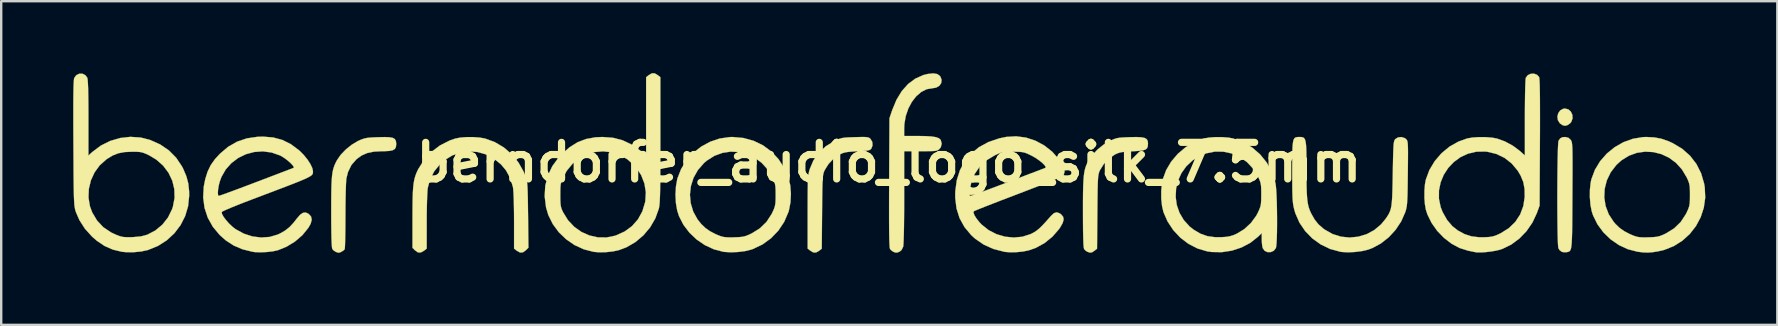
<source format=kicad_pcb>
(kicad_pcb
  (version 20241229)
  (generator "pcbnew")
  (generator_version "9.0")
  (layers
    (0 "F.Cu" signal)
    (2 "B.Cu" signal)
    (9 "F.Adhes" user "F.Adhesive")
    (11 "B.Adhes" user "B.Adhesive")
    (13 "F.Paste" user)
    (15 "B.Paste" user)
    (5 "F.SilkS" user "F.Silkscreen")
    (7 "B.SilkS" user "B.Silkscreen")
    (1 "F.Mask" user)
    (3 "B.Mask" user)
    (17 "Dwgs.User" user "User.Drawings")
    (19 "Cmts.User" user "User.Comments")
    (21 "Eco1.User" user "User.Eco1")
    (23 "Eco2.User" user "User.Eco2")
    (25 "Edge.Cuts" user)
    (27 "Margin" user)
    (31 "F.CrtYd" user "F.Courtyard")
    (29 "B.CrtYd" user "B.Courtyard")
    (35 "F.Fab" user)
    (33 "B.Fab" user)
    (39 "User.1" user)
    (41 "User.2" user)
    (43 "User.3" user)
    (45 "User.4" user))
  (footprint "berndorfer_audio_logo_silk_7.5mm"
    (layer "F.Cu")
    (at 33.993 3.717)
    (property "Reference" "berndorfer_audio_logo_silk_7.5mm" (at 0 0 0) (layer "F.SilkS") (effects (font (size 1.524 1.524) (thickness 0.3))))
    (attr through_hole)
    (fp_poly (pts (xy 28.314 -2.208) (xy 28.418 -2.113) (xy 28.479 -1.982) (xy 28.487 -1.834) (xy 28.437 -1.692) (xy 28.386 -1.628) (xy 28.283 -1.556) (xy 28.177 -1.524) (xy 28.173 -1.524) (xy 28.067 -1.553) (xy 27.963 -1.624) (xy 27.959 -1.628) (xy 27.876 -1.76) (xy 27.856 -1.907) (xy 27.891 -2.049) (xy 27.973 -2.165) (xy 28.097 -2.234) (xy 28.173 -2.244) (xy 28.314 -2.208)) (stroke (width 0.01) (type solid)) (fill yes) (layer "F.SilkS"))
    (fp_poly (pts (xy 28.313 -1.027) (xy 28.404 -0.945) (xy 28.423 -0.919) (xy 28.44 -0.889) (xy 28.453 -0.848) (xy 28.464 -0.789) (xy 28.472 -0.706) (xy 28.479 -0.59) (xy 28.483 -0.436) (xy 28.485 -0.235) (xy 28.486 0.02) (xy 28.486 0.334) (xy 28.484 0.717) (xy 28.482 1.174) (xy 28.481 1.381) (xy 28.478 1.882) (xy 28.476 2.305) (xy 28.473 2.657) (xy 28.468 2.944) (xy 28.461 3.173) (xy 28.452 3.352) (xy 28.439 3.486) (xy 28.423 3.583) (xy 28.401 3.649) (xy 28.374 3.69) (xy 28.34 3.715) (xy 28.3 3.729) (xy 28.252 3.739) (xy 28.236 3.742) (xy 28.114 3.744) (xy 28.035 3.725) (xy 27.947 3.656) (xy 27.897 3.576) (xy 27.887 3.506) (xy 27.878 3.363) (xy 27.87 3.157) (xy 27.864 2.896) (xy 27.86 2.591) (xy 27.856 2.251) (xy 27.854 1.888) (xy 27.853 1.51) (xy 27.854 1.128) (xy 27.856 0.751) (xy 27.859 0.389) (xy 27.864 0.053) (xy 27.869 -0.248) (xy 27.876 -0.504) (xy 27.884 -0.705) (xy 27.894 -0.841) (xy 27.904 -0.902) (xy 27.975 -1.003) (xy 28.069 -1.049) (xy 28.18 -1.058) (xy 28.313 -1.027)) (stroke (width 0.01) (type solid)) (fill yes) (layer "F.SilkS"))
    (fp_poly (pts (xy -0.92 -1.051) (xy -0.851 -1.036) (xy -0.803 -1.011) (xy -0.767 -0.978) (xy -0.693 -0.851) (xy -0.684 -0.7) (xy -0.737 -0.569) (xy -0.773 -0.534) (xy -0.83 -0.508) (xy -0.924 -0.49) (xy -1.07 -0.476) (xy -1.283 -0.465) (xy -1.319 -0.463) (xy -1.552 -0.45) (xy -1.72 -0.434) (xy -1.847 -0.411) (xy -1.951 -0.377) (xy -2.056 -0.329) (xy -2.056 -0.329) (xy -2.301 -0.161) (xy -2.517 0.066) (xy -2.678 0.325) (xy -2.682 0.333) (xy -2.706 0.388) (xy -2.725 0.446) (xy -2.741 0.515) (xy -2.753 0.606) (xy -2.762 0.727) (xy -2.769 0.887) (xy -2.775 1.096) (xy -2.779 1.364) (xy -2.783 1.698) (xy -2.786 2.063) (xy -2.799 3.596) (xy -2.908 3.682) (xy -3.036 3.755) (xy -3.154 3.752) (xy -3.275 3.68) (xy -3.387 3.592) (xy -3.387 2.076) (xy -3.386 1.672) (xy -3.385 1.342) (xy -3.382 1.078) (xy -3.378 0.87) (xy -3.371 0.707) (xy -3.362 0.58) (xy -3.349 0.48) (xy -3.332 0.396) (xy -3.312 0.318) (xy -3.304 0.29) (xy -3.147 -0.081) (xy -2.922 -0.402) (xy -2.63 -0.672) (xy -2.29 -0.88) (xy -2.159 -0.943) (xy -2.052 -0.987) (xy -1.948 -1.015) (xy -1.825 -1.033) (xy -1.662 -1.043) (xy -1.437 -1.051) (xy -1.417 -1.051) (xy -1.188 -1.057) (xy -1.027 -1.058) (xy -0.92 -1.051)) (stroke (width 0.01) (type solid)) (fill yes) (layer "F.SilkS"))
    (fp_poly (pts (xy 10.516 -1.046) (xy 10.653 -1.019) (xy 10.738 -0.971) (xy 10.782 -0.898) (xy 10.795 -0.797) (xy 10.795 -0.79) (xy 10.788 -0.675) (xy 10.759 -0.593) (xy 10.696 -0.537) (xy 10.585 -0.501) (xy 10.416 -0.479) (xy 10.176 -0.464) (xy 10.153 -0.463) (xy 9.921 -0.45) (xy 9.752 -0.434) (xy 9.626 -0.411) (xy 9.521 -0.377) (xy 9.417 -0.329) (xy 9.416 -0.329) (xy 9.171 -0.161) (xy 8.955 0.066) (xy 8.794 0.325) (xy 8.79 0.333) (xy 8.766 0.388) (xy 8.747 0.446) (xy 8.731 0.516) (xy 8.719 0.606) (xy 8.71 0.728) (xy 8.703 0.888) (xy 8.697 1.098) (xy 8.693 1.366) (xy 8.689 1.7) (xy 8.686 2.063) (xy 8.672 3.597) (xy 8.564 3.682) (xy 8.462 3.749) (xy 8.374 3.759) (xy 8.268 3.725) (xy 8.174 3.659) (xy 8.131 3.604) (xy 8.117 3.533) (xy 8.105 3.381) (xy 8.097 3.147) (xy 8.09 2.835) (xy 8.087 2.447) (xy 8.086 2.065) (xy 8.086 1.632) (xy 8.089 1.273) (xy 8.096 0.979) (xy 8.107 0.74) (xy 8.123 0.547) (xy 8.146 0.388) (xy 8.177 0.255) (xy 8.216 0.137) (xy 8.266 0.025) (xy 8.327 -0.092) (xy 8.48 -0.313) (xy 8.691 -0.534) (xy 8.934 -0.732) (xy 9.187 -0.885) (xy 9.216 -0.9) (xy 9.344 -0.956) (xy 9.454 -0.996) (xy 9.568 -1.021) (xy 9.711 -1.036) (xy 9.902 -1.046) (xy 10.043 -1.051) (xy 10.317 -1.056) (xy 10.516 -1.046)) (stroke (width 0.01) (type solid)) (fill yes) (layer "F.SilkS"))
    (fp_poly (pts (xy 2.016 -3.681) (xy 2.128 -3.599) (xy 2.138 -3.586) (xy 2.195 -3.443) (xy 2.179 -3.307) (xy 2.1 -3.192) (xy 1.967 -3.115) (xy 1.814 -3.09) (xy 1.574 -3.05) (xy 1.346 -2.935) (xy 1.138 -2.756) (xy 0.957 -2.523) (xy 0.809 -2.246) (xy 0.702 -1.936) (xy 0.644 -1.603) (xy 0.635 -1.41) (xy 0.635 -1.101) (xy 1.217 -1.1) (xy 1.537 -1.095) (xy 1.781 -1.079) (xy 1.958 -1.051) (xy 2.077 -1.008) (xy 2.147 -0.95) (xy 2.159 -0.932) (xy 2.199 -0.778) (xy 2.162 -0.632) (xy 2.103 -0.558) (xy 2.062 -0.523) (xy 2.013 -0.499) (xy 1.943 -0.482) (xy 1.837 -0.472) (xy 1.682 -0.468) (xy 1.463 -0.466) (xy 1.32 -0.466) (xy 0.635 -0.466) (xy 0.635 1.45) (xy 0.634 1.904) (xy 0.631 2.316) (xy 0.627 2.679) (xy 0.621 2.986) (xy 0.613 3.23) (xy 0.605 3.406) (xy 0.595 3.505) (xy 0.592 3.518) (xy 0.522 3.657) (xy 0.442 3.719) (xy 0.347 3.757) (xy 0.277 3.758) (xy 0.183 3.725) (xy 0.087 3.657) (xy 0.043 3.6) (xy 0.033 3.55) (xy 0.024 3.442) (xy 0.017 3.272) (xy 0.012 3.036) (xy 0.008 2.732) (xy 0.006 2.356) (xy 0.006 1.905) (xy 0.007 1.376) (xy 0.009 0.835) (xy 0.022 -1.841) (xy 0.137 -2.18) (xy 0.315 -2.609) (xy 0.537 -2.973) (xy 0.799 -3.267) (xy 1.099 -3.49) (xy 1.434 -3.639) (xy 1.619 -3.685) (xy 1.848 -3.709) (xy 2.016 -3.681)) (stroke (width 0.01) (type solid)) (fill yes) (layer "F.SilkS"))
    (fp_poly (pts (xy -20.814 -1.047) (xy -20.677 -1.022) (xy -20.592 -0.974) (xy -20.548 -0.901) (xy -20.532 -0.797) (xy -20.532 -0.763) (xy -20.544 -0.644) (xy -20.588 -0.561) (xy -20.675 -0.507) (xy -20.819 -0.478) (xy -21.03 -0.466) (xy -21.132 -0.466) (xy -21.465 -0.448) (xy -21.739 -0.391) (xy -21.973 -0.288) (xy -22.185 -0.135) (xy -22.189 -0.131) (xy -22.398 0.108) (xy -22.541 0.401) (xy -22.608 0.665) (xy -22.618 0.768) (xy -22.627 0.944) (xy -22.635 1.179) (xy -22.641 1.46) (xy -22.646 1.775) (xy -22.648 2.111) (xy -22.649 2.244) (xy -22.65 2.573) (xy -22.653 2.875) (xy -22.657 3.14) (xy -22.663 3.358) (xy -22.669 3.517) (xy -22.677 3.608) (xy -22.681 3.624) (xy -22.743 3.68) (xy -22.837 3.735) (xy -22.919 3.764) (xy -22.931 3.765) (xy -22.995 3.748) (xy -23.058 3.725) (xy -23.153 3.659) (xy -23.196 3.604) (xy -23.21 3.533) (xy -23.221 3.381) (xy -23.23 3.147) (xy -23.236 2.835) (xy -23.24 2.447) (xy -23.241 2.065) (xy -23.24 1.632) (xy -23.237 1.273) (xy -23.231 0.979) (xy -23.22 0.74) (xy -23.204 0.547) (xy -23.181 0.388) (xy -23.15 0.255) (xy -23.11 0.137) (xy -23.061 0.025) (xy -23 -0.092) (xy -22.846 -0.315) (xy -22.634 -0.536) (xy -22.389 -0.734) (xy -22.136 -0.886) (xy -22.109 -0.899) (xy -21.981 -0.955) (xy -21.869 -0.993) (xy -21.75 -1.019) (xy -21.603 -1.035) (xy -21.404 -1.045) (xy -21.283 -1.05) (xy -21.012 -1.055) (xy -20.814 -1.047)) (stroke (width 0.01) (type solid)) (fill yes) (layer "F.SilkS"))
    (fp_poly (pts (xy -17.045 -1.033) (xy -16.83 -0.994) (xy -16.423 -0.845) (xy -16.049 -0.624) (xy -15.718 -0.338) (xy -15.439 0.003) (xy -15.22 0.391) (xy -15.15 0.562) (xy -15.123 0.639) (xy -15.102 0.714) (xy -15.085 0.799) (xy -15.072 0.903) (xy -15.062 1.037) (xy -15.055 1.211) (xy -15.049 1.435) (xy -15.044 1.721) (xy -15.04 2.078) (xy -15.038 2.19) (xy -15.023 3.555) (xy -15.13 3.661) (xy -15.252 3.749) (xy -15.373 3.756) (xy -15.506 3.682) (xy -15.509 3.68) (xy -15.621 3.592) (xy -15.621 2.439) (xy -15.623 2.104) (xy -15.628 1.791) (xy -15.635 1.513) (xy -15.645 1.282) (xy -15.657 1.113) (xy -15.667 1.034) (xy -15.777 0.66) (xy -15.962 0.326) (xy -16.168 0.082) (xy -16.469 -0.163) (xy -16.8 -0.335) (xy -17.149 -0.434) (xy -17.506 -0.458) (xy -17.861 -0.409) (xy -18.203 -0.286) (xy -18.521 -0.09) (xy -18.704 0.073) (xy -18.954 0.38) (xy -19.127 0.722) (xy -19.218 1.068) (xy -19.23 1.183) (xy -19.24 1.368) (xy -19.249 1.608) (xy -19.256 1.889) (xy -19.26 2.195) (xy -19.261 2.463) (xy -19.262 3.592) (xy -19.373 3.68) (xy -19.508 3.755) (xy -19.629 3.75) (xy -19.75 3.664) (xy -19.75 3.664) (xy -19.854 3.56) (xy -19.854 2.299) (xy -19.852 1.882) (xy -19.848 1.54) (xy -19.839 1.26) (xy -19.824 1.033) (xy -19.802 0.846) (xy -19.771 0.688) (xy -19.731 0.55) (xy -19.68 0.42) (xy -19.617 0.286) (xy -19.616 0.285) (xy -19.376 -0.1) (xy -19.073 -0.431) (xy -18.714 -0.704) (xy -18.309 -0.91) (xy -18.079 -0.99) (xy -17.865 -1.033) (xy -17.6 -1.054) (xy -17.317 -1.054) (xy -17.045 -1.033)) (stroke (width 0.01) (type solid)) (fill yes) (layer "F.SilkS"))
    (fp_poly (pts (xy -6.064 -1.017) (xy -5.637 -0.899) (xy -5.246 -0.71) (xy -4.898 -0.453) (xy -4.599 -0.133) (xy -4.356 0.246) (xy -4.188 0.635) (xy -4.113 0.95) (xy -4.085 1.305) (xy -4.103 1.666) (xy -4.168 2.003) (xy -4.188 2.067) (xy -4.364 2.477) (xy -4.609 2.845) (xy -4.915 3.163) (xy -5.272 3.421) (xy -5.673 3.611) (xy -5.736 3.633) (xy -5.989 3.696) (xy -6.286 3.734) (xy -6.59 3.747) (xy -6.863 3.73) (xy -6.9 3.725) (xy -7.295 3.622) (xy -7.67 3.448) (xy -8.014 3.213) (xy -8.316 2.926) (xy -8.564 2.599) (xy -8.747 2.241) (xy -8.824 2.002) (xy -8.877 1.691) (xy -8.894 1.346) (xy -8.293 1.346) (xy -8.26 1.704) (xy -8.155 2.05) (xy -7.977 2.374) (xy -7.824 2.565) (xy -7.652 2.73) (xy -7.465 2.863) (xy -7.234 2.984) (xy -7.117 3.035) (xy -6.991 3.082) (xy -6.873 3.111) (xy -6.737 3.124) (xy -6.555 3.125) (xy -6.453 3.123) (xy -6.25 3.115) (xy -6.101 3.1) (xy -5.979 3.071) (xy -5.852 3.022) (xy -5.709 2.954) (xy -5.376 2.746) (xy -5.104 2.482) (xy -4.891 2.156) (xy -4.855 2.084) (xy -4.793 1.947) (xy -4.754 1.834) (xy -4.732 1.716) (xy -4.722 1.569) (xy -4.72 1.364) (xy -4.72 1.355) (xy -4.722 1.147) (xy -4.731 0.998) (xy -4.753 0.88) (xy -4.791 0.767) (xy -4.852 0.631) (xy -4.856 0.624) (xy -5.055 0.291) (xy -5.305 0.017) (xy -5.593 -0.196) (xy -5.911 -0.346) (xy -6.249 -0.431) (xy -6.595 -0.449) (xy -6.941 -0.396) (xy -7.275 -0.273) (xy -7.587 -0.075) (xy -7.707 0.027) (xy -7.96 0.317) (xy -8.142 0.641) (xy -8.253 0.988) (xy -8.293 1.346) (xy -8.894 1.346) (xy -8.894 1.346) (xy -8.875 1.002) (xy -8.82 0.696) (xy -8.813 0.668) (xy -8.659 0.274) (xy -8.436 -0.084) (xy -8.154 -0.397) (xy -7.822 -0.658) (xy -7.451 -0.86) (xy -7.05 -0.995) (xy -6.63 -1.055) (xy -6.521 -1.058) (xy -6.064 -1.017)) (stroke (width 0.01) (type solid)) (fill yes) (layer "F.SilkS"))
    (fp_poly (pts (xy 31.895 -1.041) (xy 32.191 -0.985) (xy 32.488 -0.881) (xy 32.66 -0.803) (xy 33.05 -0.571) (xy 33.38 -0.281) (xy 33.646 0.062) (xy 33.844 0.453) (xy 33.971 0.886) (xy 33.996 1.037) (xy 34.016 1.469) (xy 33.957 1.888) (xy 33.826 2.286) (xy 33.63 2.653) (xy 33.374 2.981) (xy 33.065 3.262) (xy 32.71 3.486) (xy 32.314 3.645) (xy 32.056 3.706) (xy 31.816 3.744) (xy 31.617 3.758) (xy 31.422 3.75) (xy 31.2 3.723) (xy 30.8 3.621) (xy 30.421 3.446) (xy 30.074 3.207) (xy 29.771 2.914) (xy 29.523 2.577) (xy 29.341 2.205) (xy 29.287 2.041) (xy 29.234 1.771) (xy 29.209 1.462) (xy 29.809 1.462) (xy 29.865 1.819) (xy 29.995 2.161) (xy 30.199 2.475) (xy 30.276 2.565) (xy 30.448 2.73) (xy 30.635 2.863) (xy 30.866 2.984) (xy 30.983 3.035) (xy 31.109 3.082) (xy 31.227 3.111) (xy 31.363 3.124) (xy 31.545 3.125) (xy 31.647 3.123) (xy 31.85 3.115) (xy 31.999 3.1) (xy 32.121 3.071) (xy 32.248 3.022) (xy 32.391 2.954) (xy 32.724 2.746) (xy 32.996 2.482) (xy 33.209 2.156) (xy 33.245 2.084) (xy 33.307 1.947) (xy 33.346 1.834) (xy 33.368 1.716) (xy 33.378 1.569) (xy 33.38 1.364) (xy 33.38 1.355) (xy 33.378 1.147) (xy 33.369 0.998) (xy 33.347 0.88) (xy 33.309 0.767) (xy 33.248 0.631) (xy 33.244 0.624) (xy 33.045 0.292) (xy 32.797 0.018) (xy 32.509 -0.194) (xy 32.192 -0.344) (xy 31.857 -0.429) (xy 31.513 -0.448) (xy 31.17 -0.399) (xy 30.839 -0.28) (xy 30.529 -0.089) (xy 30.315 0.105) (xy 30.079 0.411) (xy 29.916 0.747) (xy 29.826 1.101) (xy 29.809 1.462) (xy 29.209 1.462) (xy 29.208 1.458) (xy 29.211 1.136) (xy 29.243 0.84) (xy 29.273 0.699) (xy 29.421 0.307) (xy 29.638 -0.051) (xy 29.916 -0.367) (xy 30.243 -0.634) (xy 30.609 -0.842) (xy 31.004 -0.984) (xy 31.418 -1.053) (xy 31.566 -1.058) (xy 31.895 -1.041)) (stroke (width 0.01) (type solid)) (fill yes) (layer "F.SilkS"))
    (fp_poly (pts (xy -9.759 -3.71) (xy -9.637 -3.638) (xy -9.525 -3.55) (xy -9.525 -0.937) (xy -9.525 -0.385) (xy -9.526 0.089) (xy -9.528 0.491) (xy -9.531 0.829) (xy -9.534 1.108) (xy -9.539 1.335) (xy -9.546 1.517) (xy -9.553 1.66) (xy -9.563 1.77) (xy -9.574 1.856) (xy -9.588 1.922) (xy -9.589 1.928) (xy -9.735 2.334) (xy -9.952 2.708) (xy -10.231 3.039) (xy -10.562 3.319) (xy -10.935 3.536) (xy -11.253 3.656) (xy -11.502 3.71) (xy -11.789 3.741) (xy -12.075 3.747) (xy -12.303 3.728) (xy -12.714 3.622) (xy -13.101 3.445) (xy -13.451 3.204) (xy -13.757 2.91) (xy -14.007 2.571) (xy -14.193 2.197) (xy -14.289 1.874) (xy -14.346 1.415) (xy -14.343 1.355) (xy -13.695 1.355) (xy -13.693 1.572) (xy -13.686 1.727) (xy -13.669 1.844) (xy -13.638 1.945) (xy -13.591 2.052) (xy -13.576 2.082) (xy -13.372 2.411) (xy -13.115 2.684) (xy -12.815 2.897) (xy -12.484 3.045) (xy -12.131 3.124) (xy -11.768 3.128) (xy -11.405 3.054) (xy -11.383 3.046) (xy -11.017 2.882) (xy -10.707 2.656) (xy -10.458 2.373) (xy -10.275 2.04) (xy -10.16 1.659) (xy -10.152 1.613) (xy -10.13 1.244) (xy -10.189 0.879) (xy -10.324 0.532) (xy -10.531 0.216) (xy -10.611 0.125) (xy -10.902 -0.131) (xy -11.223 -0.312) (xy -11.562 -0.422) (xy -11.909 -0.461) (xy -12.255 -0.432) (xy -12.589 -0.335) (xy -12.902 -0.172) (xy -13.182 0.054) (xy -13.421 0.344) (xy -13.563 0.593) (xy -13.621 0.718) (xy -13.658 0.824) (xy -13.681 0.934) (xy -13.691 1.071) (xy -13.695 1.259) (xy -13.695 1.355) (xy -14.343 1.355) (xy -14.321 0.974) (xy -14.215 0.554) (xy -14.029 0.16) (xy -13.763 -0.206) (xy -13.635 -0.343) (xy -13.308 -0.631) (xy -12.974 -0.84) (xy -12.617 -0.976) (xy -12.224 -1.046) (xy -11.938 -1.058) (xy -11.503 -1.026) (xy -11.106 -0.924) (xy -10.732 -0.749) (xy -10.367 -0.495) (xy -10.359 -0.488) (xy -10.118 -0.292) (xy -10.118 -3.55) (xy -10.006 -3.638) (xy -9.877 -3.712) (xy -9.759 -3.71)) (stroke (width 0.01) (type solid)) (fill yes) (layer "F.SilkS"))
    (fp_poly (pts (xy 13.888 -1.052) (xy 14.151 -1.032) (xy 14.349 -0.996) (xy 14.762 -0.844) (xy 15.136 -0.621) (xy 15.465 -0.336) (xy 15.739 0.002) (xy 15.952 0.385) (xy 16.093 0.804) (xy 16.108 0.868) (xy 16.126 0.998) (xy 16.142 1.19) (xy 16.154 1.431) (xy 16.164 1.707) (xy 16.17 2.006) (xy 16.173 2.312) (xy 16.173 2.614) (xy 16.17 2.897) (xy 16.163 3.148) (xy 16.153 3.354) (xy 16.139 3.501) (xy 16.124 3.572) (xy 16.035 3.683) (xy 15.911 3.738) (xy 15.777 3.739) (xy 15.658 3.685) (xy 15.578 3.575) (xy 15.578 3.575) (xy 15.555 3.473) (xy 15.54 3.325) (xy 15.536 3.206) (xy 15.536 2.946) (xy 15.378 3.1) (xy 15.06 3.352) (xy 14.693 3.545) (xy 14.291 3.677) (xy 13.871 3.741) (xy 13.449 3.734) (xy 13.265 3.708) (xy 12.862 3.589) (xy 12.485 3.396) (xy 12.144 3.138) (xy 11.849 2.822) (xy 11.609 2.458) (xy 11.442 2.077) (xy 11.381 1.821) (xy 11.349 1.517) (xy 11.349 1.437) (xy 11.949 1.437) (xy 11.995 1.775) (xy 12.108 2.101) (xy 12.286 2.403) (xy 12.531 2.672) (xy 12.7 2.805) (xy 12.985 2.973) (xy 13.276 3.075) (xy 13.598 3.118) (xy 13.828 3.118) (xy 14.039 3.105) (xy 14.2 3.08) (xy 14.345 3.036) (xy 14.496 2.971) (xy 14.807 2.782) (xy 15.082 2.528) (xy 15.304 2.227) (xy 15.379 2.086) (xy 15.44 1.952) (xy 15.479 1.841) (xy 15.502 1.728) (xy 15.512 1.587) (xy 15.515 1.393) (xy 15.515 1.333) (xy 15.514 1.123) (xy 15.506 0.973) (xy 15.487 0.857) (xy 15.453 0.751) (xy 15.399 0.631) (xy 15.378 0.587) (xy 15.173 0.256) (xy 14.916 -0.016) (xy 14.618 -0.226) (xy 14.289 -0.371) (xy 13.938 -0.447) (xy 13.577 -0.45) (xy 13.215 -0.376) (xy 12.98 -0.283) (xy 12.656 -0.085) (xy 12.392 0.162) (xy 12.188 0.448) (xy 12.046 0.763) (xy 11.966 1.096) (xy 11.949 1.437) (xy 11.349 1.437) (xy 11.347 1.195) (xy 11.376 0.888) (xy 11.412 0.705) (xy 11.552 0.322) (xy 11.765 -0.036) (xy 12.039 -0.358) (xy 12.363 -0.632) (xy 12.727 -0.848) (xy 13.118 -0.994) (xy 13.124 -0.995) (xy 13.341 -1.034) (xy 13.606 -1.053) (xy 13.888 -1.052)) (stroke (width 0.01) (type solid)) (fill yes) (layer "F.SilkS"))
    (fp_poly (pts (xy 27.009 -3.649) (xy 27.093 -3.557) (xy 27.103 -3.506) (xy 27.112 -3.394) (xy 27.119 -3.216) (xy 27.124 -2.971) (xy 27.128 -2.656) (xy 27.129 -2.266) (xy 27.13 -1.801) (xy 27.129 -1.255) (xy 27.127 -0.836) (xy 27.114 1.799) (xy 27 2.112) (xy 26.817 2.506) (xy 26.571 2.862) (xy 26.275 3.17) (xy 25.939 3.42) (xy 25.573 3.6) (xy 25.463 3.638) (xy 25.297 3.678) (xy 25.092 3.713) (xy 24.877 3.738) (xy 24.675 3.752) (xy 24.514 3.752) (xy 24.448 3.743) (xy 24.359 3.725) (xy 24.224 3.697) (xy 24.13 3.678) (xy 23.781 3.568) (xy 23.442 3.386) (xy 23.127 3.143) (xy 22.846 2.852) (xy 22.614 2.524) (xy 22.441 2.173) (xy 22.374 1.967) (xy 22.334 1.739) (xy 22.318 1.515) (xy 22.919 1.515) (xy 22.992 1.864) (xy 23.072 2.068) (xy 23.257 2.396) (xy 23.475 2.654) (xy 23.706 2.836) (xy 23.99 2.99) (xy 24.277 3.082) (xy 24.593 3.12) (xy 24.792 3.12) (xy 24.991 3.111) (xy 25.139 3.091) (xy 25.271 3.053) (xy 25.419 2.988) (xy 25.494 2.952) (xy 25.83 2.742) (xy 26.101 2.48) (xy 26.305 2.17) (xy 26.437 1.817) (xy 26.493 1.436) (xy 26.488 1.105) (xy 26.435 0.819) (xy 26.324 0.55) (xy 26.2 0.342) (xy 25.952 0.045) (xy 25.652 -0.189) (xy 25.31 -0.353) (xy 24.934 -0.444) (xy 24.846 -0.453) (xy 24.477 -0.446) (xy 24.132 -0.364) (xy 23.818 -0.219) (xy 23.541 -0.017) (xy 23.306 0.231) (xy 23.12 0.517) (xy 22.99 0.832) (xy 22.921 1.168) (xy 22.919 1.515) (xy 22.318 1.515) (xy 22.315 1.465) (xy 22.316 1.178) (xy 22.337 0.911) (xy 22.373 0.72) (xy 22.522 0.317) (xy 22.744 -0.053) (xy 23.026 -0.381) (xy 23.36 -0.657) (xy 23.736 -0.869) (xy 24.088 -0.995) (xy 24.31 -1.035) (xy 24.582 -1.054) (xy 24.869 -1.052) (xy 25.139 -1.03) (xy 25.335 -0.994) (xy 25.67 -0.873) (xy 26.001 -0.694) (xy 26.291 -0.477) (xy 26.294 -0.474) (xy 26.501 -0.288) (xy 26.501 -1.856) (xy 26.502 -2.216) (xy 26.505 -2.552) (xy 26.509 -2.855) (xy 26.515 -3.114) (xy 26.522 -3.318) (xy 26.53 -3.459) (xy 26.539 -3.525) (xy 26.539 -3.525) (xy 26.62 -3.634) (xy 26.743 -3.691) (xy 26.882 -3.697) (xy 27.009 -3.649)) (stroke (width 0.01) (type solid)) (fill yes) (layer "F.SilkS"))
    (fp_poly (pts (xy 17.184 -1.056) (xy 17.249 -1.044) (xy 17.3 -1.013) (xy 17.337 -0.955) (xy 17.364 -0.861) (xy 17.382 -0.722) (xy 17.392 -0.53) (xy 17.397 -0.276) (xy 17.399 0.048) (xy 17.399 0.304) (xy 17.4 0.705) (xy 17.405 1.033) (xy 17.414 1.298) (xy 17.429 1.512) (xy 17.451 1.685) (xy 17.481 1.83) (xy 17.521 1.957) (xy 17.571 2.076) (xy 17.601 2.138) (xy 17.743 2.386) (xy 17.899 2.581) (xy 18.095 2.753) (xy 18.156 2.798) (xy 18.485 2.985) (xy 18.835 3.095) (xy 19.196 3.132) (xy 19.555 3.097) (xy 19.901 2.993) (xy 20.223 2.821) (xy 20.508 2.583) (xy 20.706 2.342) (xy 20.776 2.237) (xy 20.833 2.142) (xy 20.878 2.046) (xy 20.913 1.938) (xy 20.939 1.808) (xy 20.958 1.645) (xy 20.972 1.44) (xy 20.981 1.181) (xy 20.989 0.859) (xy 20.996 0.462) (xy 20.996 0.459) (xy 21.003 0.085) (xy 21.009 -0.214) (xy 21.016 -0.446) (xy 21.023 -0.622) (xy 21.032 -0.75) (xy 21.044 -0.84) (xy 21.059 -0.9) (xy 21.077 -0.94) (xy 21.099 -0.969) (xy 21.216 -1.042) (xy 21.361 -1.056) (xy 21.499 -1.011) (xy 21.55 -0.971) (xy 21.575 -0.944) (xy 21.594 -0.912) (xy 21.608 -0.864) (xy 21.619 -0.791) (xy 21.625 -0.685) (xy 21.629 -0.536) (xy 21.63 -0.335) (xy 21.628 -0.073) (xy 21.625 0.261) (xy 21.623 0.458) (xy 21.618 0.835) (xy 21.614 1.138) (xy 21.608 1.377) (xy 21.6 1.564) (xy 21.591 1.709) (xy 21.578 1.823) (xy 21.561 1.915) (xy 21.54 1.998) (xy 21.515 2.077) (xy 21.348 2.457) (xy 21.114 2.809) (xy 20.828 3.12) (xy 20.5 3.378) (xy 20.144 3.57) (xy 19.96 3.638) (xy 19.707 3.697) (xy 19.418 3.734) (xy 19.128 3.747) (xy 18.871 3.733) (xy 18.811 3.724) (xy 18.386 3.608) (xy 17.995 3.42) (xy 17.646 3.17) (xy 17.347 2.864) (xy 17.107 2.511) (xy 16.935 2.118) (xy 16.892 1.972) (xy 16.867 1.866) (xy 16.847 1.76) (xy 16.832 1.643) (xy 16.821 1.501) (xy 16.814 1.324) (xy 16.809 1.1) (xy 16.807 0.817) (xy 16.806 0.463) (xy 16.806 0.384) (xy 16.807 -0.003) (xy 16.809 -0.314) (xy 16.815 -0.557) (xy 16.826 -0.74) (xy 16.844 -0.872) (xy 16.871 -0.962) (xy 16.909 -1.016) (xy 16.959 -1.045) (xy 17.023 -1.056) (xy 17.102 -1.058) (xy 17.103 -1.058) (xy 17.184 -1.056)) (stroke (width 0.01) (type solid)) (fill yes) (layer "F.SilkS"))
    (fp_poly (pts (xy -33.605 -3.694) (xy -33.483 -3.632) (xy -33.406 -3.528) (xy -33.391 -3.455) (xy -33.38 -3.303) (xy -33.37 -3.071) (xy -33.364 -2.758) (xy -33.36 -2.363) (xy -33.359 -1.884) (xy -33.359 -1.856) (xy -33.359 -0.286) (xy -33.191 -0.438) (xy -32.84 -0.701) (xy -32.451 -0.894) (xy -32.037 -1.016) (xy -31.61 -1.064) (xy -31.182 -1.036) (xy -30.795 -0.938) (xy -30.373 -0.75) (xy -30.007 -0.501) (xy -29.701 -0.192) (xy -29.456 0.174) (xy -29.407 0.271) (xy -29.276 0.581) (xy -29.197 0.877) (xy -29.163 1.195) (xy -29.16 1.393) (xy -29.205 1.826) (xy -29.327 2.236) (xy -29.519 2.614) (xy -29.776 2.953) (xy -30.09 3.244) (xy -30.455 3.478) (xy -30.865 3.646) (xy -30.895 3.656) (xy -31.159 3.712) (xy -31.462 3.742) (xy -31.761 3.744) (xy -31.962 3.725) (xy -32.342 3.634) (xy -32.685 3.484) (xy -33.008 3.266) (xy -33.206 3.093) (xy -33.503 2.765) (xy -33.735 2.404) (xy -33.877 2.077) (xy -33.896 2.018) (xy -33.912 1.96) (xy -33.926 1.895) (xy -33.938 1.816) (xy -33.947 1.717) (xy -33.955 1.591) (xy -33.96 1.467) (xy -33.356 1.467) (xy -33.296 1.826) (xy -33.2 2.086) (xy -32.999 2.423) (xy -32.741 2.699) (xy -32.429 2.91) (xy -32.367 2.941) (xy -32.185 3.025) (xy -32.043 3.078) (xy -31.911 3.108) (xy -31.761 3.118) (xy -31.563 3.116) (xy -31.496 3.114) (xy -31.171 3.084) (xy -30.91 3.015) (xy -30.903 3.012) (xy -30.569 2.838) (xy -30.28 2.597) (xy -30.045 2.3) (xy -29.875 1.957) (xy -29.838 1.848) (xy -29.768 1.48) (xy -29.778 1.116) (xy -29.863 0.764) (xy -30.019 0.436) (xy -30.241 0.14) (xy -30.524 -0.112) (xy -30.813 -0.287) (xy -30.97 -0.362) (xy -31.092 -0.408) (xy -31.21 -0.433) (xy -31.355 -0.443) (xy -31.536 -0.445) (xy -31.85 -0.43) (xy -32.11 -0.381) (xy -32.345 -0.289) (xy -32.58 -0.146) (xy -32.612 -0.124) (xy -32.888 0.123) (xy -33.104 0.419) (xy -33.256 0.751) (xy -33.341 1.104) (xy -33.356 1.467) (xy -33.96 1.467) (xy -33.962 1.431) (xy -33.967 1.23) (xy -33.971 0.98) (xy -33.975 0.676) (xy -33.978 0.31) (xy -33.98 -0.125) (xy -33.983 -0.636) (xy -33.984 -0.8) (xy -33.987 -1.389) (xy -33.988 -1.897) (xy -33.988 -2.328) (xy -33.986 -2.686) (xy -33.982 -2.975) (xy -33.977 -3.199) (xy -33.969 -3.361) (xy -33.96 -3.466) (xy -33.95 -3.517) (xy -33.863 -3.636) (xy -33.739 -3.695) (xy -33.605 -3.694)) (stroke (width 0.01) (type solid)) (fill yes) (layer "F.SilkS"))
    (fp_poly (pts (xy -25.656 -1.038) (xy -25.276 -0.935) (xy -24.922 -0.759) (xy -24.582 -0.504) (xy -24.546 -0.472) (xy -24.379 -0.303) (xy -24.229 -0.116) (xy -24.108 0.071) (xy -24.029 0.238) (xy -24.003 0.36) (xy -24.002 0.404) (xy -24.004 0.443) (xy -24.014 0.479) (xy -24.038 0.515) (xy -24.081 0.554) (xy -24.15 0.597) (xy -24.249 0.648) (xy -24.384 0.71) (xy -24.562 0.785) (xy -24.788 0.875) (xy -25.067 0.983) (xy -25.405 1.112) (xy -25.808 1.265) (xy -26.282 1.444) (xy -26.559 1.549) (xy -26.863 1.665) (xy -27.14 1.774) (xy -27.382 1.872) (xy -27.578 1.955) (xy -27.718 2.018) (xy -27.793 2.058) (xy -27.803 2.067) (xy -27.793 2.145) (xy -27.731 2.261) (xy -27.629 2.399) (xy -27.501 2.544) (xy -27.359 2.679) (xy -27.229 2.78) (xy -26.89 2.967) (xy -26.531 3.084) (xy -26.165 3.131) (xy -25.806 3.106) (xy -25.469 3.007) (xy -25.387 2.969) (xy -25.168 2.845) (xy -24.983 2.7) (xy -24.807 2.512) (xy -24.679 2.347) (xy -24.54 2.185) (xy -24.417 2.1) (xy -24.3 2.088) (xy -24.18 2.147) (xy -24.179 2.147) (xy -24.08 2.258) (xy -24.053 2.394) (xy -24.099 2.56) (xy -24.195 2.729) (xy -24.442 3.033) (xy -24.752 3.299) (xy -25.103 3.514) (xy -25.467 3.661) (xy -25.673 3.706) (xy -25.923 3.735) (xy -26.181 3.747) (xy -26.413 3.739) (xy -26.511 3.726) (xy -26.937 3.621) (xy -27.308 3.463) (xy -27.641 3.245) (xy -27.888 3.025) (xy -28.175 2.681) (xy -28.386 2.302) (xy -28.52 1.894) (xy -28.576 1.461) (xy -28.566 1.275) (xy -27.965 1.275) (xy -27.955 1.368) (xy -27.93 1.397) (xy -27.88 1.382) (xy -27.759 1.341) (xy -27.577 1.275) (xy -27.343 1.19) (xy -27.066 1.087) (xy -26.756 0.97) (xy -26.42 0.843) (xy -26.373 0.825) (xy -26.034 0.696) (xy -25.718 0.576) (xy -25.435 0.468) (xy -25.194 0.376) (xy -25.003 0.303) (xy -24.872 0.253) (xy -24.81 0.23) (xy -24.807 0.229) (xy -24.799 0.192) (xy -24.847 0.12) (xy -24.937 0.026) (xy -25.054 -0.078) (xy -25.186 -0.177) (xy -25.318 -0.261) (xy -25.375 -0.29) (xy -25.729 -0.413) (xy -26.091 -0.46) (xy -26.449 -0.434) (xy -26.794 -0.342) (xy -27.113 -0.187) (xy -27.397 0.026) (xy -27.635 0.292) (xy -27.816 0.607) (xy -27.888 0.804) (xy -27.93 0.973) (xy -27.956 1.137) (xy -27.965 1.275) (xy -28.566 1.275) (xy -28.552 1.01) (xy -28.491 0.702) (xy -28.392 0.384) (xy -28.261 0.114) (xy -28.084 -0.136) (xy -27.877 -0.361) (xy -27.536 -0.65) (xy -27.164 -0.863) (xy -26.756 -1.001) (xy -26.308 -1.067) (xy -26.077 -1.073) (xy -25.656 -1.038)) (stroke (width 0.01) (type solid)) (fill yes) (layer "F.SilkS"))
    (fp_poly (pts (xy 5.713 -1.033) (xy 6.105 -0.904) (xy 6.473 -0.706) (xy 6.806 -0.443) (xy 7.093 -0.121) (xy 7.2 0.033) (xy 7.292 0.222) (xy 7.32 0.389) (xy 7.283 0.521) (xy 7.246 0.565) (xy 7.191 0.594) (xy 7.065 0.65) (xy 6.877 0.728) (xy 6.635 0.827) (xy 6.346 0.941) (xy 6.02 1.068) (xy 5.665 1.205) (xy 5.373 1.317) (xy 5.002 1.458) (xy 4.656 1.59) (xy 4.342 1.712) (xy 4.067 1.819) (xy 3.842 1.908) (xy 3.673 1.977) (xy 3.568 2.021) (xy 3.536 2.037) (xy 3.525 2.102) (xy 3.567 2.21) (xy 3.654 2.347) (xy 3.776 2.499) (xy 3.867 2.594) (xy 4.156 2.824) (xy 4.484 2.992) (xy 4.837 3.096) (xy 5.199 3.132) (xy 5.556 3.099) (xy 5.893 2.992) (xy 5.944 2.969) (xy 6.059 2.907) (xy 6.165 2.836) (xy 6.275 2.745) (xy 6.4 2.622) (xy 6.553 2.457) (xy 6.746 2.238) (xy 6.757 2.226) (xy 6.88 2.114) (xy 6.994 2.08) (xy 7.115 2.123) (xy 7.17 2.162) (xy 7.257 2.261) (xy 7.281 2.378) (xy 7.241 2.525) (xy 7.136 2.71) (xy 7.088 2.78) (xy 6.814 3.095) (xy 6.487 3.36) (xy 6.123 3.561) (xy 5.821 3.667) (xy 5.586 3.714) (xy 5.32 3.741) (xy 5.059 3.747) (xy 4.838 3.73) (xy 4.816 3.726) (xy 4.358 3.609) (xy 3.955 3.429) (xy 3.597 3.184) (xy 3.429 3.031) (xy 3.149 2.696) (xy 2.945 2.326) (xy 2.816 1.919) (xy 2.762 1.473) (xy 2.764 1.296) (xy 3.355 1.296) (xy 3.361 1.372) (xy 3.389 1.397) (xy 3.395 1.397) (xy 3.446 1.382) (xy 3.567 1.341) (xy 3.749 1.275) (xy 3.983 1.19) (xy 4.26 1.087) (xy 4.571 0.97) (xy 4.907 0.843) (xy 4.954 0.825) (xy 5.292 0.696) (xy 5.608 0.576) (xy 5.891 0.468) (xy 6.132 0.377) (xy 6.322 0.305) (xy 6.452 0.255) (xy 6.514 0.232) (xy 6.516 0.231) (xy 6.533 0.192) (xy 6.49 0.121) (xy 6.398 0.027) (xy 6.27 -0.077) (xy 6.118 -0.182) (xy 5.954 -0.276) (xy 5.929 -0.288) (xy 5.783 -0.359) (xy 5.668 -0.404) (xy 5.557 -0.429) (xy 5.425 -0.441) (xy 5.243 -0.444) (xy 5.167 -0.444) (xy 4.962 -0.442) (xy 4.814 -0.433) (xy 4.696 -0.412) (xy 4.582 -0.373) (xy 4.444 -0.311) (xy 4.403 -0.291) (xy 4.059 -0.083) (xy 3.781 0.177) (xy 3.57 0.488) (xy 3.429 0.848) (xy 3.368 1.154) (xy 3.355 1.296) (xy 2.764 1.296) (xy 2.765 1.206) (xy 2.827 0.743) (xy 2.96 0.324) (xy 3.161 -0.048) (xy 3.427 -0.369) (xy 3.756 -0.636) (xy 4.145 -0.848) (xy 4.592 -1) (xy 4.897 -1.063) (xy 5.306 -1.087) (xy 5.713 -1.033)) (stroke (width 0.01) (type solid)) (fill yes) (layer "F.SilkS")))
  (gr_rect
    (start -3 -3)
    (end 71.014 10.487)
    (stroke (width 0.1) (type default))
    (fill no)
    (layer "Edge.Cuts")))
</source>
